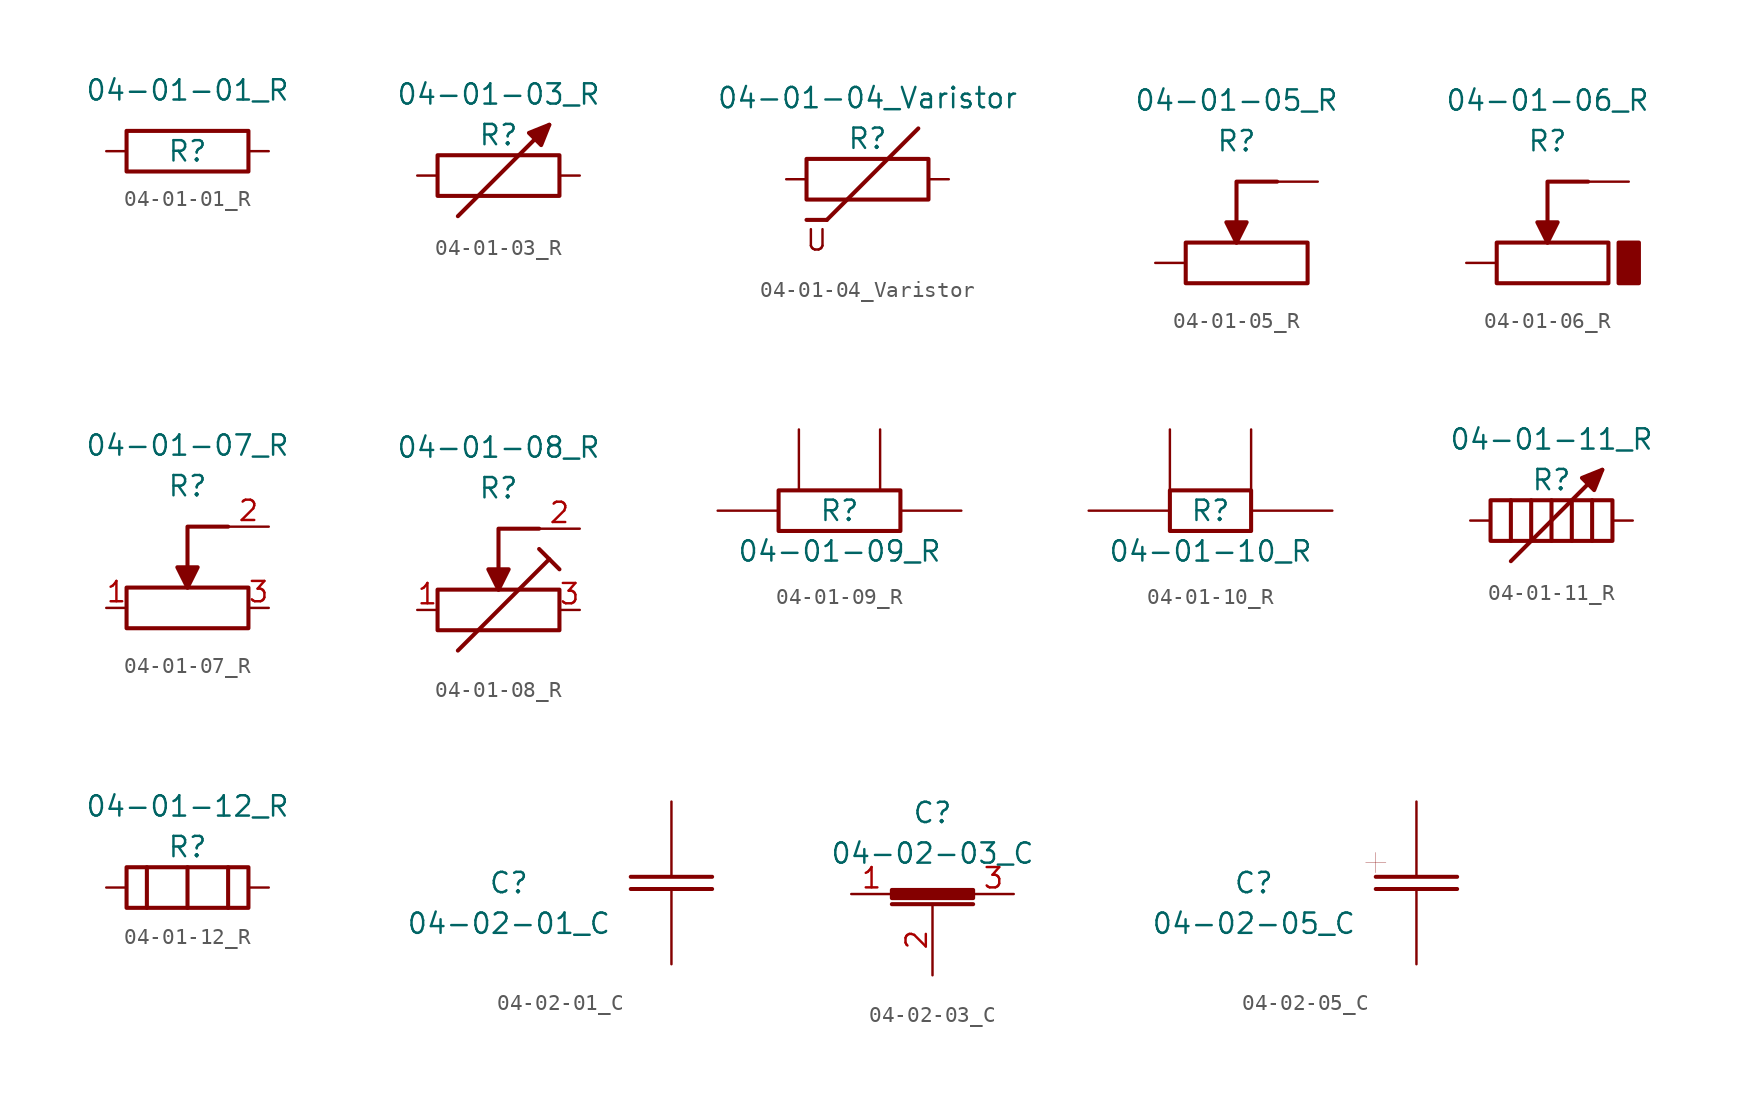
<source format=kicad_sym>
(kicad_symbol_lib
  (version 20201005)
  (generator kicad_symbol_editor)
  (symbol "Symbol_IEC_60617-4:04-01-01_R"
    (pin_numbers hide)
    (pin_names hide)
    (property "Reference" "R"
      (at 0 0 0)
      (effects (font (size 1.27 1.27))))
    (property "Value" "04-01-01_R"
      (at 0 3.81 0)
      (effects (font (size 1.27 1.27))))
    (symbol "04-01-01_R_0_1"
      (rectangle (start -3.81 1.27) (end 3.81 -1.27) (stroke (width 0.254)) (fill (type none))))
    (symbol "04-01-01_R_1_1"
      (pin passive line (at -5.08 0 0) (length 1.27) (name "~" (effects (font (size 1.27 1.27)))) (number "1" (effects (font (size 1.27 1.27)))))
      (pin passive line (at 5.08 0 180) (length 1.27) (name "~" (effects (font (size 1.27 1.27)))) (number "2" (effects (font (size 1.27 1.27)))))))
  (symbol "Symbol_IEC_60617-4:04-01-03_R"
    (pin_numbers hide)
    (pin_names hide)
    (property "Reference" "R"
      (at 0 2.54 0)
      (effects (font (size 1.27 1.27))))
    (property "Value" "04-01-03_R"
      (at 0 5.08 0)
      (effects (font (size 1.27 1.27))))
    (symbol "04-01-03_R_0_1"
      (rectangle (start -3.81 1.27) (end 3.81 -1.27) (stroke (width 0.254)) (fill (type none)))
      (polyline (pts (xy -2.54 -2.54) (xy 3.175 3.175)) (stroke (width 0.254)) (fill (type none)))
      (polyline (pts (xy 1.905 2.667) (xy 2.667 1.905) (xy 3.175 3.175) (xy 1.905 2.667)) (stroke (width 0.254)) (fill (type outline))))
    (symbol "04-01-03_R_1_1"
      (pin passive line (at -5.08 0 0) (length 1.27) (name "~" (effects (font (size 1.27 1.27)))) (number "1" (effects (font (size 1.27 1.27)))))
      (pin passive line (at 5.08 0 180) (length 1.27) (name "~" (effects (font (size 1.27 1.27)))) (number "2" (effects (font (size 1.27 1.27)))))))
  (symbol "Symbol_IEC_60617-4:04-01-04_Varistor"
    (pin_numbers hide)
    (pin_names hide)
    (property "Reference" "R"
      (at 0 2.54 0)
      (effects (font (size 1.27 1.27))))
    (property "Value" "04-01-04_Varistor"
      (at 0 5.08 0)
      (effects (font (size 1.27 1.27))))
    (symbol "04-01-04_Varistor_0_0"
      (text "U" (at -3.175 -3.81 0) (effects (font (size 1.27 1.27)))))
    (symbol "04-01-04_Varistor_0_1"
      (rectangle (start -3.81 1.27) (end 3.81 -1.27) (stroke (width 0.254)) (fill (type none)))
      (polyline (pts (xy -2.54 -2.54) (xy 3.175 3.175)) (stroke (width 0.254)) (fill (type none)))
      (polyline (pts (xy -2.54 -2.54) (xy -3.81 -2.54)) (stroke (width 0.254)) (fill (type none))))
    (symbol "04-01-04_Varistor_1_1"
      (pin passive line (at -5.08 0 0) (length 1.27) (name "~" (effects (font (size 1.27 1.27)))) (number "1" (effects (font (size 1.27 1.27)))))
      (pin passive line (at 5.08 0 180) (length 1.27) (name "~" (effects (font (size 1.27 1.27)))) (number "2" (effects (font (size 1.27 1.27)))))))
  (symbol "Symbol_IEC_60617-4:04-01-05_R"
    (pin_numbers hide)
    (pin_names hide)
    (property "Reference" "R"
      (at 0 7.62 0)
      (effects (font (size 1.27 1.27))))
    (property "Value" "04-01-05_R"
      (at 0 10.16 0)
      (effects (font (size 1.27 1.27))))
    (symbol "04-01-05_R_0_1"
      (rectangle (start -3.175 1.27) (end 4.445 -1.27) (stroke (width 0.254)) (fill (type none)))
      (polyline (pts (xy 2.54 5.08) (xy 0 5.08) (xy 0 1.27)) (stroke (width 0.254)) (fill (type none)))
      (polyline (pts (xy 0 1.27) (xy 0.635 2.54) (xy -0.635 2.54) (xy 0 1.27)) (stroke (width 0.254)) (fill (type outline))))
    (symbol "04-01-05_R_1_1"
      (pin passive line (at -5.08 0 0) (length 1.905) (name "~" (effects (font (size 1.27 1.27)))) (number "1" (effects (font (size 1.27 1.27)))))
      (pin passive line (at 5.08 5.08 180) (length 2.54) (name "~" (effects (font (size 1.27 1.27)))) (number "2" (effects (font (size 1.27 1.27)))))))
  (symbol "Symbol_IEC_60617-4:04-01-06_R"
    (pin_numbers hide)
    (pin_names hide)
    (property "Reference" "R"
      (at 0 7.62 0)
      (effects (font (size 1.27 1.27))))
    (property "Value" "04-01-06_R"
      (at 0 10.16 0)
      (effects (font (size 1.27 1.27))))
    (symbol "04-01-06_R_0_1"
      (rectangle (start -3.175 1.27) (end 3.81 -1.27) (stroke (width 0.254)) (fill (type none)))
      (rectangle (start 4.445 -1.27) (end 5.715 1.27) (stroke (width 0.254)) (fill (type outline)))
      (polyline (pts (xy 2.54 5.08) (xy 0 5.08) (xy 0 1.27)) (stroke (width 0.254)) (fill (type none)))
      (polyline (pts (xy 0 1.27) (xy 0.635 2.54) (xy -0.635 2.54) (xy 0 1.27)) (stroke (width 0.254)) (fill (type outline))))
    (symbol "04-01-06_R_1_1"
      (pin passive line (at -5.08 0 0) (length 1.905) (name "~" (effects (font (size 1.27 1.27)))) (number "1" (effects (font (size 1.27 1.27)))))
      (pin passive line (at 5.08 5.08 180) (length 2.54) (name "~" (effects (font (size 1.27 1.27)))) (number "2" (effects (font (size 1.27 1.27)))))))
  (symbol "Symbol_IEC_60617-4:04-01-07_R"
    (pin_names hide)
    (property "Reference" "R"
      (at 0 7.62 0)
      (effects (font (size 1.27 1.27))))
    (property "Value" "04-01-07_R"
      (at 0 10.16 0)
      (effects (font (size 1.27 1.27))))
    (symbol "04-01-07_R_0_1"
      (rectangle (start -3.81 1.27) (end 3.81 -1.27) (stroke (width 0.254)) (fill (type none)))
      (polyline (pts (xy 2.54 5.08) (xy 0 5.08) (xy 0 1.27)) (stroke (width 0.254)) (fill (type none)))
      (polyline (pts (xy 0 1.27) (xy 0.635 2.54) (xy -0.635 2.54) (xy 0 1.27)) (stroke (width 0.254)) (fill (type outline))))
    (symbol "04-01-07_R_1_1"
      (pin passive line (at 5.08 5.08 180) (length 2.54) (name "~" (effects (font (size 1.27 1.27)))) (number "2" (effects (font (size 1.27 1.27)))))
      (pin passive line (at -5.08 0 0) (length 1.27) (name "~" (effects (font (size 1.27 1.27)))) (number "1" (effects (font (size 1.27 1.27)))))
      (pin passive line (at 5.08 0 180) (length 1.27) (name "~" (effects (font (size 1.27 1.27)))) (number "3" (effects (font (size 1.27 1.27)))))))
  (symbol "Symbol_IEC_60617-4:04-01-08_R"
    (pin_names hide)
    (property "Reference" "R"
      (at 0 7.62 0)
      (effects (font (size 1.27 1.27))))
    (property "Value" "04-01-08_R"
      (at 0 10.16 0)
      (effects (font (size 1.27 1.27))))
    (symbol "04-01-08_R_0_1"
      (rectangle (start -3.81 1.27) (end 3.81 -1.27) (stroke (width 0.254)) (fill (type none)))
      (polyline (pts (xy 2.54 5.08) (xy 0 5.08) (xy 0 1.27)) (stroke (width 0.254)) (fill (type none)))
      (polyline (pts (xy 0 1.27) (xy 0.635 2.54) (xy -0.635 2.54) (xy 0 1.27)) (stroke (width 0.254)) (fill (type outline)))
      (polyline (pts (xy -2.54 -2.54) (xy 3.175 3.175)) (stroke (width 0.254)) (fill (type none)))
      (polyline (pts (xy 2.54 3.81) (xy 3.81 2.54)) (stroke (width 0.254)) (fill (type none))))
    (symbol "04-01-08_R_1_1"
      (pin passive line (at 5.08 5.08 180) (length 2.54) (name "~" (effects (font (size 1.27 1.27)))) (number "2" (effects (font (size 1.27 1.27)))))
      (pin passive line (at 5.08 0 180) (length 1.27) (name "~" (effects (font (size 1.27 1.27)))) (number "3" (effects (font (size 1.27 1.27)))))
      (pin passive line (at -5.08 0 0) (length 1.27) (name "~" (effects (font (size 1.27 1.27)))) (number "1" (effects (font (size 1.27 1.27)))))))
  (symbol "Symbol_IEC_60617-4:04-01-09_R"
    (pin_numbers hide)
    (pin_names hide)
    (property "Reference" "R"
      (at 0 0 0)
      (effects (font (size 1.27 1.27))))
    (property "Value" "04-01-09_R"
      (at 0 -2.54 0)
      (effects (font (size 1.27 1.27))))
    (symbol "04-01-09_R_0_1"
      (rectangle (start -3.81 1.27) (end 3.81 -1.27) (stroke (width 0.254)) (fill (type none))))
    (symbol "04-01-09_R_1_1"
      (pin passive line (at -7.62 0 0) (length 3.71) (name "~" (effects (font (size 1.27 1.27)))) (number "1" (effects (font (size 1.27 1.27)))))
      (pin passive line (at 7.62 0 180) (length 3.71) (name "~" (effects (font (size 1.27 1.27)))) (number "4" (effects (font (size 1.27 1.27)))))
      (pin passive line (at -2.54 5.08 270) (length 3.71) (name "~" (effects (font (size 1.27 1.27)))) (number "2" (effects (font (size 1.27 1.27)))))
      (pin passive line (at 2.54 5.08 270) (length 3.71) (name "~" (effects (font (size 1.27 1.27)))) (number "3" (effects (font (size 1.27 1.27)))))))
  (symbol "Symbol_IEC_60617-4:04-01-10_R"
    (pin_numbers hide)
    (pin_names hide)
    (property "Reference" "R"
      (at 0 0 0)
      (effects (font (size 1.27 1.27))))
    (property "Value" "04-01-10_R"
      (at 0 -2.54 0)
      (effects (font (size 1.27 1.27))))
    (symbol "04-01-10_R_0_1"
      (rectangle (start -2.54 1.27) (end 2.54 -1.27) (stroke (width 0.254)) (fill (type none))))
    (symbol "04-01-10_R_1_1"
      (pin passive line (at -7.62 0 0) (length 5.08) (name "~" (effects (font (size 1.27 1.27)))) (number "1" (effects (font (size 1.27 1.27)))))
      (pin passive line (at 7.62 0 180) (length 5.08) (name "~" (effects (font (size 1.27 1.27)))) (number "4" (effects (font (size 1.27 1.27)))))
      (pin passive line (at -2.54 5.08 270) (length 3.71) (name "~" (effects (font (size 1.27 1.27)))) (number "2" (effects (font (size 1.27 1.27)))))
      (pin passive line (at 2.54 5.08 270) (length 3.71) (name "~" (effects (font (size 1.27 1.27)))) (number "3" (effects (font (size 1.27 1.27)))))))
  (symbol "Symbol_IEC_60617-4:04-01-11_R"
    (pin_numbers hide)
    (pin_names hide)
    (property "Reference" "R"
      (at 0 2.54 0)
      (effects (font (size 1.27 1.27))))
    (property "Value" "04-01-11_R"
      (at 0 5.08 0)
      (effects (font (size 1.27 1.27))))
    (symbol "04-01-11_R_0_1"
      (rectangle (start -3.81 1.27) (end 3.81 -1.27) (stroke (width 0.254)) (fill (type none)))
      (polyline (pts (xy -2.54 -2.54) (xy 3.175 3.175)) (stroke (width 0.254)) (fill (type none)))
      (polyline (pts (xy 1.905 2.667) (xy 2.667 1.905) (xy 3.175 3.175) (xy 1.905 2.667)) (stroke (width 0.254)) (fill (type outline)))
      (polyline (pts (xy -2.54 1.27) (xy -2.54 -1.27)) (stroke (width 0.254)) (fill (type none)))
      (polyline (pts (xy -1.27 1.27) (xy -1.27 -1.27)) (stroke (width 0.254)) (fill (type none)))
      (polyline (pts (xy 0 1.27) (xy 0 -1.27)) (stroke (width 0.254)) (fill (type none)))
      (polyline (pts (xy 1.27 1.27) (xy 1.27 -1.27)) (stroke (width 0.254)) (fill (type none)))
      (polyline (pts (xy 2.54 1.27) (xy 2.54 -1.27)) (stroke (width 0.254)) (fill (type none))))
    (symbol "04-01-11_R_1_1"
      (pin passive line (at -5.08 0 0) (length 1.27) (name "~" (effects (font (size 1.27 1.27)))) (number "1" (effects (font (size 1.27 1.27)))))
      (pin passive line (at 5.08 0 180) (length 1.27) (name "~" (effects (font (size 1.27 1.27)))) (number "2" (effects (font (size 1.27 1.27)))))))
  (symbol "Symbol_IEC_60617-4:04-01-12_R"
    (pin_numbers hide)
    (pin_names hide)
    (property "Reference" "R"
      (at 0 2.54 0)
      (effects (font (size 1.27 1.27))))
    (property "Value" "04-01-12_R"
      (at 0 5.08 0)
      (effects (font (size 1.27 1.27))))
    (symbol "04-01-12_R_0_1"
      (rectangle (start -3.81 1.27) (end 3.81 -1.27) (stroke (width 0.254)) (fill (type none)))
      (polyline (pts (xy -2.54 1.27) (xy -2.54 -1.27)) (stroke (width 0.254)) (fill (type none)))
      (polyline (pts (xy 0 1.27) (xy 0 -1.27)) (stroke (width 0.254)) (fill (type none)))
      (polyline (pts (xy 2.54 1.27) (xy 2.54 -1.27)) (stroke (width 0.254)) (fill (type none))))
    (symbol "04-01-12_R_1_1"
      (pin passive line (at -5.08 0 0) (length 1.27) (name "~" (effects (font (size 1.27 1.27)))) (number "1" (effects (font (size 1.27 1.27)))))
      (pin passive line (at 5.08 0 180) (length 1.27) (name "~" (effects (font (size 1.27 1.27)))) (number "2" (effects (font (size 1.27 1.27)))))))
  (symbol "Symbol_IEC_60617-4:04-02-01_C"
    (pin_numbers hide)
    (pin_names hide)
    (property "Reference" "C"
      (at -10.16 0 0)
      (effects (font (size 1.27 1.27))))
    (property "Value" "04-02-01_C"
      (at -10.16 -2.54 0)
      (effects (font (size 1.27 1.27))))
    (symbol "04-02-01_C_0_1"
      (polyline (pts (xy -2.54 0.381) (xy 2.54 0.381)) (stroke (width 0.254)) (fill (type none)))
      (polyline (pts (xy -2.54 -0.381) (xy 2.54 -0.381)) (stroke (width 0.254)) (fill (type none))))
    (symbol "04-02-01_C_1_1"
      (pin passive line (at 0 5.08 270) (length 4.69) (name "~" (effects (font (size 1.27 1.27)))) (number "1" (effects (font (size 1.27 1.27)))))
      (pin passive line (at 0 -5.08 90) (length 4.69) (name "~" (effects (font (size 1.27 1.27)))) (number "2" (effects (font (size 1.27 1.27)))))))
  (symbol "Symbol_IEC_60617-4:04-02-03_C"
    (pin_names
      (offset 0) hide)
    (property "Reference" "C"
      (at 0 5.08 0)
      (effects (font (size 1.27 1.27))))
    (property "Value" "04-02-03_C"
      (at 0 2.54 0)
      (effects (font (size 1.27 1.27))))
    (symbol "04-02-03_C_0_1"
      (rectangle (start -2.54 -0.254) (end 2.54 0.254) (stroke (width 0.254)) (fill (type outline)))
      (polyline (pts (xy -2.54 -0.635) (xy 2.54 -0.635)) (stroke (width 0.254)) (fill (type none))))
    (symbol "04-02-03_C_1_1"
      (pin passive line (at -5.08 0 0) (length 2.54) (name "~" (effects (font (size 1.27 1.27)))) (number "1" (effects (font (size 1.27 1.27)))))
      (pin passive line (at 0 -5.08 90) (length 4.45) (name "~" (effects (font (size 1.27 1.27)))) (number "2" (effects (font (size 1.27 1.27)))))
      (pin passive line (at 5.08 0 180) (length 2.54) (name "~" (effects (font (size 1.27 1.27)))) (number "3" (effects (font (size 1.27 1.27)))))))
  (symbol "Symbol_IEC_60617-4:04-02-05_C"
    (pin_numbers hide)
    (pin_names hide)
    (property "Reference" "C"
      (at -10.16 0 0)
      (effects (font (size 1.27 1.27))))
    (property "Value" "04-02-05_C"
      (at -10.16 -2.54 0)
      (effects (font (size 1.27 1.27))))
    (symbol "04-02-05_C_0_1"
      (polyline (pts (xy -2.54 0.381) (xy 2.54 0.381)) (stroke (width 0.254)) (fill (type none)))
      (polyline (pts (xy -2.54 -0.381) (xy 2.54 -0.381)) (stroke (width 0.254)) (fill (type none)))
      (polyline (pts (xy -2.54 0.635) (xy -2.54 1.905)) (stroke (width 0.001)) (fill (type none)))
      (polyline (pts (xy -3.175 1.27) (xy -1.905 1.27)) (stroke (width 0.001)) (fill (type none))))
    (symbol "04-02-05_C_1_1"
      (pin passive line (at 0 5.08 270) (length 4.69) (name "~" (effects (font (size 1.27 1.27)))) (number "1" (effects (font (size 1.27 1.27)))))
      (pin passive line (at 0 -5.08 90) (length 4.69) (name "~" (effects (font (size 1.27 1.27)))) (number "2" (effects (font (size 1.27 1.27))))))))
</source>
